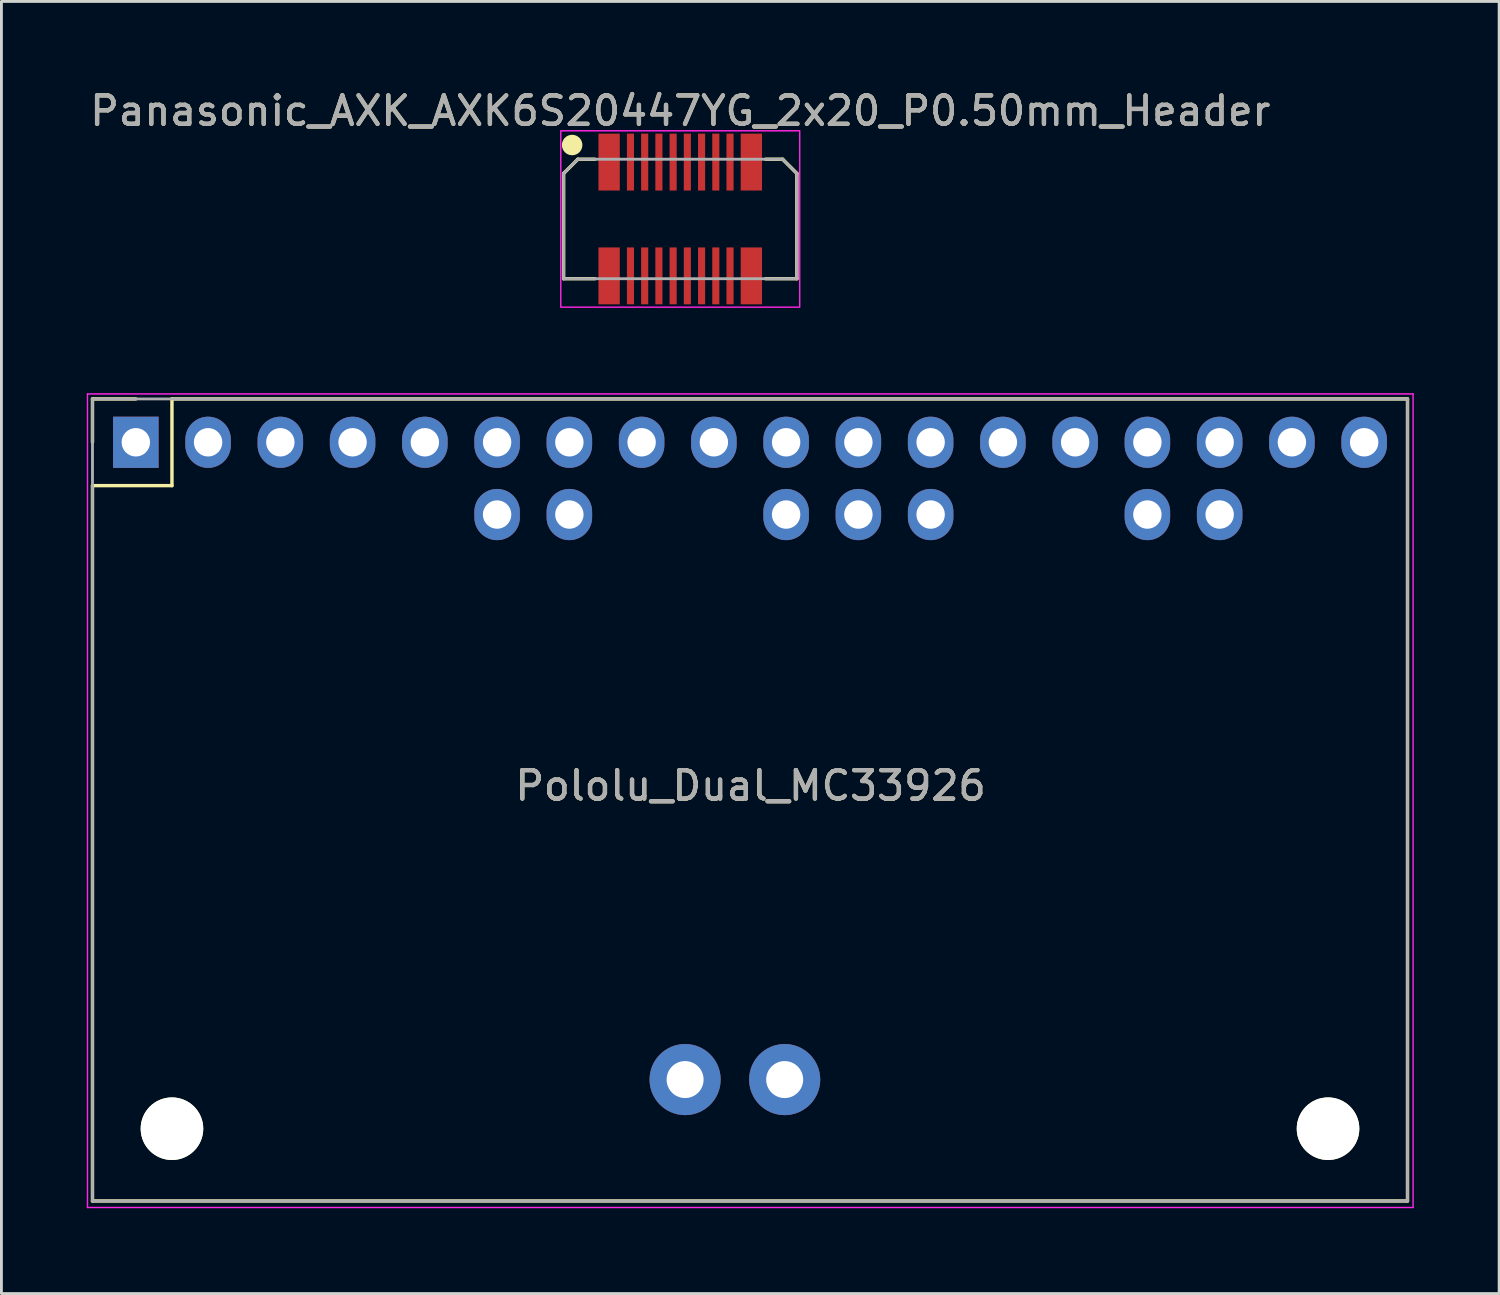
<source format=kicad_pcb>
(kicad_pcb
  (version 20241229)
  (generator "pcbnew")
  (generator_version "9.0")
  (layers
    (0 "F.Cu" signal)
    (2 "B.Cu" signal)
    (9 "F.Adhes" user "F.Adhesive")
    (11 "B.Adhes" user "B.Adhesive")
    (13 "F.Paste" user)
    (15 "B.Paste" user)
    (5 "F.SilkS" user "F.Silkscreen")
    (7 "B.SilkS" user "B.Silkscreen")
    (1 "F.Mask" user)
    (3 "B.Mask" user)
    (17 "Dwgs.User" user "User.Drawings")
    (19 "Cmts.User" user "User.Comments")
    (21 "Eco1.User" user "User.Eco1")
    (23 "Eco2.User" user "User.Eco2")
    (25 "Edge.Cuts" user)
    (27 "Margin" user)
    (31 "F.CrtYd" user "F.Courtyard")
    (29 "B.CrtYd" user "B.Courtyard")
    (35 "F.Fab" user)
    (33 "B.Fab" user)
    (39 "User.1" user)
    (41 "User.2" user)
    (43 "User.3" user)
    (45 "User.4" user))
  (footprint "Pololu_Dual_MC33926"
    (layer "F.Cu")
    (at 1.725 12.498)
    (property "Reference" "Pololu_Dual_MC33926" (at 21.61 12.07 0) (layer "F.SilkS") (effects (font (size 1 1) (thickness 0.15))))
    (attr through_hole)
    (fp_line (start -1.524 -1.524) (end -1.524 0) (stroke (width 0.12) (type solid)) (layer "F.SilkS"))
    (fp_line (start -1.524 1.524) (end 1.27 1.524) (stroke (width 0.12) (type solid)) (layer "F.SilkS"))
    (fp_line (start -1.524 26.67) (end -1.524 1.524) (stroke (width 0.12) (type solid)) (layer "F.SilkS"))
    (fp_line (start 0 -1.524) (end -1.524 -1.524) (stroke (width 0.12) (type solid)) (layer "F.SilkS"))
    (fp_line (start 1.27 -1.524) (end 44.704 -1.524) (stroke (width 0.12) (type solid)) (layer "F.SilkS"))
    (fp_line (start 1.27 1.524) (end 1.27 -1.524) (stroke (width 0.12) (type solid)) (layer "F.SilkS"))
    (fp_line (start 44.704 -1.524) (end 44.704 26.67) (stroke (width 0.12) (type solid)) (layer "F.SilkS"))
    (fp_line (start 44.704 26.67) (end -1.524 26.67) (stroke (width 0.12) (type solid)) (layer "F.SilkS"))
    (fp_line (start -1.7 -1.7) (end -1.7 26.9) (stroke (width 0.05) (type solid)) (layer "F.CrtYd"))
    (fp_line (start -1.7 26.9) (end 44.9 26.9) (stroke (width 0.05) (type solid)) (layer "F.CrtYd"))
    (fp_line (start 44.9 -1.7) (end -1.7 -1.7) (stroke (width 0.05) (type solid)) (layer "F.CrtYd"))
    (fp_line (start 44.9 26.9) (end 44.9 -1.7) (stroke (width 0.05) (type solid)) (layer "F.CrtYd"))
    (fp_line (start -1.524 -1.524) (end -1.524 26.67) (stroke (width 0.1) (type solid)) (layer "F.Fab"))
    (fp_line (start -1.524 26.67) (end 44.704 26.67) (stroke (width 0.1) (type solid)) (layer "F.Fab"))
    (fp_line (start 44.704 -1.524) (end -1.524 -1.524) (stroke (width 0.1) (type solid)) (layer "F.Fab"))
    (fp_line (start 44.704 26.67) (end 44.704 -1.524) (stroke (width 0.1) (type solid)) (layer "F.Fab"))
    (fp_text user "${REFERENCE}" (at 21.61 12.07 0) (layer "F.Fab") (effects (font (size 1 1) (thickness 0.15))))
    (pad "" np_thru_hole circle (at 1.27 24.13) (size 2.2 2.2) (drill 2.2) (layers "*.Cu" "*.Mask" "F.SilkS"))
    (pad "" np_thru_hole circle (at 41.91 24.13) (size 2.2 2.2) (drill 2.2) (layers "*.Cu" "*.Mask" "F.SilkS"))
    (pad "1" thru_hole rect (at 0 0) (size 1.6 1.8) (drill 1) (layers "*.Cu" "*.Mask"))
    (pad "2" thru_hole oval (at 2.54 0) (size 1.6 1.8) (drill 1) (layers "*.Cu" "*.Mask"))
    (pad "3" thru_hole oval (at 5.08 0) (size 1.6 1.8) (drill 1) (layers "*.Cu" "*.Mask"))
    (pad "4" thru_hole oval (at 7.62 0) (size 1.6 1.8) (drill 1) (layers "*.Cu" "*.Mask"))
    (pad "5" thru_hole oval (at 10.16 0) (size 1.6 1.8) (drill 1) (layers "*.Cu" "*.Mask"))
    (pad "6" thru_hole oval (at 12.7 0) (size 1.6 1.8) (drill 1) (layers "*.Cu" "*.Mask"))
    (pad "7" thru_hole oval (at 15.24 0) (size 1.6 1.8) (drill 1) (layers "*.Cu" "*.Mask"))
    (pad "8" thru_hole oval (at 17.78 0) (size 1.6 1.8) (drill 1) (layers "*.Cu" "*.Mask"))
    (pad "9" thru_hole oval (at 20.32 0) (size 1.6 1.8) (drill 1) (layers "*.Cu" "*.Mask"))
    (pad "10" thru_hole oval (at 22.86 0) (size 1.6 1.8) (drill 1) (layers "*.Cu" "*.Mask"))
    (pad "11" thru_hole oval (at 25.4 0) (size 1.6 1.8) (drill 1) (layers "*.Cu" "*.Mask"))
    (pad "12" thru_hole oval (at 27.94 0) (size 1.6 1.8) (drill 1) (layers "*.Cu" "*.Mask"))
    (pad "13" thru_hole oval (at 30.48 0) (size 1.6 1.8) (drill 1) (layers "*.Cu" "*.Mask"))
    (pad "14" thru_hole oval (at 33.02 0) (size 1.6 1.8) (drill 1) (layers "*.Cu" "*.Mask"))
    (pad "15" thru_hole oval (at 35.56 0) (size 1.6 1.8) (drill 1) (layers "*.Cu" "*.Mask"))
    (pad "16" thru_hole oval (at 38.1 0) (size 1.6 1.8) (drill 1) (layers "*.Cu" "*.Mask"))
    (pad "17" thru_hole oval (at 40.64 0) (size 1.6 1.8) (drill 1) (layers "*.Cu" "*.Mask"))
    (pad "18" thru_hole oval (at 43.18 0) (size 1.6 1.8) (drill 1) (layers "*.Cu" "*.Mask"))
    (pad "19" thru_hole oval (at 38.1 2.54) (size 1.6 1.8) (drill 1) (layers "*.Cu" "*.Mask"))
    (pad "20" thru_hole oval (at 35.56 2.54) (size 1.6 1.8) (drill 1) (layers "*.Cu" "*.Mask"))
    (pad "21" thru_hole oval (at 27.94 2.54) (size 1.6 1.8) (drill 1) (layers "*.Cu" "*.Mask"))
    (pad "22" thru_hole oval (at 25.4 2.54) (size 1.6 1.8) (drill 1) (layers "*.Cu" "*.Mask"))
    (pad "23" thru_hole oval (at 22.86 2.54) (size 1.6 1.8) (drill 1) (layers "*.Cu" "*.Mask"))
    (pad "24" thru_hole oval (at 15.24 2.54) (size 1.6 1.8) (drill 1) (layers "*.Cu" "*.Mask"))
    (pad "25" thru_hole oval (at 12.7 2.54) (size 1.6 1.8) (drill 1) (layers "*.Cu" "*.Mask"))
    (pad "26" thru_hole circle (at 22.809 22.403 90) (size 2.5 2.5) (drill 1.3) (layers "*.Cu" "*.Mask"))
    (pad "27" thru_hole circle (at 19.309 22.403) (size 2.5 2.5) (drill 1.3) (layers "*.Cu" "*.Mask")))
  (footprint "Panasonic_AXK_AXK6S20447YG_2x20_P0.50mm_Header"
    (layer "F.Cu")
    (at 20.863 4.648)
    (property "Reference" "Panasonic_AXK_AXK6S20447YG_2x20_P0.50mm_Header" (at 0 -3.8 180) (layer "F.SilkS") (effects (font (size 1 1) (thickness 0.15))))
    (attr smd)
    (fp_line (start -4.1 -1.6) (end -3.6 -2.1) (stroke (width 0.12) (type solid)) (layer "F.SilkS"))
    (fp_line (start -4.1 2.1) (end -4.1 -1.6) (stroke (width 0.12) (type solid)) (layer "F.SilkS"))
    (fp_line (start -3.6 -2.1) (end -3 -2.1) (stroke (width 0.12) (type solid)) (layer "F.SilkS"))
    (fp_line (start -3 2.1) (end -4.1 2.1) (stroke (width 0.12) (type solid)) (layer "F.SilkS"))
    (fp_line (start 3 2.1) (end 4.1 2.1) (stroke (width 0.12) (type solid)) (layer "F.SilkS"))
    (fp_line (start 3.6 -2.1) (end 3 -2.1) (stroke (width 0.12) (type solid)) (layer "F.SilkS"))
    (fp_line (start 4.1 -1.6) (end 3.6 -2.1) (stroke (width 0.12) (type solid)) (layer "F.SilkS"))
    (fp_line (start 4.1 2.1) (end 4.1 -1.6) (stroke (width 0.12) (type solid)) (layer "F.SilkS"))
    (fp_circle (center -3.8 -2.6) (end -3.5 -2.6) (stroke (width 0.12) (type solid)) (fill yes) (layer "F.SilkS"))
    (fp_rect (start -4.2 -3.1) (end 4.2 3.1) (stroke (width 0.05) (type solid)) (fill no) (layer "F.CrtYd"))
    (fp_line (start -4.1 -1.6) (end -3.6 -2.1) (stroke (width 0.1) (type solid)) (layer "F.Fab"))
    (fp_line (start -4.1 2.1) (end -4.1 -1.6) (stroke (width 0.1) (type solid)) (layer "F.Fab"))
    (fp_line (start -4.1 2.1) (end 4.1 2.1) (stroke (width 0.1) (type solid)) (layer "F.Fab"))
    (fp_line (start -3.6 -2.1) (end 3.6 -2.1) (stroke (width 0.1) (type solid)) (layer "F.Fab"))
    (fp_line (start 4.1 -1.6) (end 3.6 -2.1) (stroke (width 0.1) (type solid)) (layer "F.Fab"))
    (fp_line (start 4.1 2.1) (end 4.1 -1.6) (stroke (width 0.1) (type solid)) (layer "F.Fab"))
    (fp_text user "${REFERENCE}" (at 0 -3.8 0) (unlocked yes) (layer "F.Fab") (effects (font (size 1 1) (thickness 0.15))))
    (pad "" smd rect (at -2.365 -2.35) (size 0.35 1.3) (layers "F.Paste"))
    (pad "" smd rect (at -2.365 2.35) (size 0.35 1.3) (layers "F.Paste"))
    (pad "" smd rect (at -1.75 -2.35) (size 0.23 1.3) (layers "F.Paste"))
    (pad "" smd rect (at -1.75 2.35) (size 0.23 1.3) (layers "F.Paste"))
    (pad "" smd rect (at -1.25 -2.35) (size 0.23 1.3) (layers "F.Paste"))
    (pad "" smd rect (at -1.25 2.35) (size 0.23 1.3) (layers "F.Paste"))
    (pad "" smd rect (at -0.75 -2.35) (size 0.23 1.3) (layers "F.Paste"))
    (pad "" smd rect (at -0.75 2.35) (size 0.23 1.3) (layers "F.Paste"))
    (pad "" smd rect (at -0.25 -2.35) (size 0.23 1.3) (layers "F.Paste"))
    (pad "" smd rect (at -0.25 2.35) (size 0.23 1.3) (layers "F.Paste"))
    (pad "" smd rect (at 0.25 -2.35) (size 0.23 1.3) (layers "F.Paste"))
    (pad "" smd rect (at 0.25 2.35) (size 0.23 1.3) (layers "F.Paste"))
    (pad "" smd rect (at 0.75 -2.35) (size 0.23 1.3) (layers "F.Paste"))
    (pad "" smd rect (at 0.75 2.35) (size 0.23 1.3) (layers "F.Paste"))
    (pad "" smd rect (at 1.25 -2.35) (size 0.23 1.3) (layers "F.Paste"))
    (pad "" smd rect (at 1.25 2.35) (size 0.23 1.3) (layers "F.Paste"))
    (pad "" smd rect (at 1.75 -2.35) (size 0.23 1.3) (layers "F.Paste"))
    (pad "" smd rect (at 1.75 2.35) (size 0.23 1.3) (layers "F.Paste"))
    (pad "" smd rect (at 2.365 -2.35) (size 0.35 1.3) (layers "F.Paste"))
    (pad "" smd rect (at 2.365 2.35) (size 0.35 1.3) (layers "F.Paste"))
    (pad "1" smd rect (at -2.5 -2) (size 0.75 2) (layers "F.Cu" "F.Mask"))
    (pad "2" smd rect (at -1.75 -2) (size 0.25 2) (layers "F.Cu" "F.Mask"))
    (pad "3" smd rect (at -1.25 -2) (size 0.25 2) (layers "F.Cu" "F.Mask"))
    (pad "4" smd rect (at -0.75 -2) (size 0.25 2) (layers "F.Cu" "F.Mask"))
    (pad "5" smd rect (at -0.25 -2) (size 0.25 2) (layers "F.Cu" "F.Mask"))
    (pad "6" smd rect (at 0.25 -2) (size 0.25 2) (layers "F.Cu" "F.Mask"))
    (pad "7" smd rect (at 0.75 -2) (size 0.25 2) (layers "F.Cu" "F.Mask"))
    (pad "8" smd rect (at 1.25 -2) (size 0.25 2) (layers "F.Cu" "F.Mask"))
    (pad "9" smd rect (at 1.75 -2) (size 0.25 2) (layers "F.Cu" "F.Mask"))
    (pad "10" smd rect (at 2.5 -2) (size 0.75 2) (layers "F.Cu" "F.Mask"))
    (pad "11" smd rect (at 2.5 2) (size 0.75 2) (layers "F.Cu" "F.Mask"))
    (pad "12" smd rect (at 1.75 2) (size 0.25 2) (layers "F.Cu" "F.Mask"))
    (pad "13" smd rect (at 1.25 2) (size 0.25 2) (layers "F.Cu" "F.Mask"))
    (pad "14" smd rect (at 0.75 2) (size 0.25 2) (layers "F.Cu" "F.Mask"))
    (pad "15" smd rect (at 0.25 2) (size 0.25 2) (layers "F.Cu" "F.Mask"))
    (pad "16" smd rect (at -0.25 2) (size 0.25 2) (layers "F.Cu" "F.Mask"))
    (pad "17" smd rect (at -0.75 2) (size 0.25 2) (layers "F.Cu" "F.Mask"))
    (pad "18" smd rect (at -1.25 2) (size 0.25 2) (layers "F.Cu" "F.Mask"))
    (pad "19" smd rect (at -1.75 2) (size 0.25 2) (layers "F.Cu" "F.Mask"))
    (pad "20" smd rect (at -2.5 2) (size 0.75 2) (layers "F.Cu" "F.Mask")))
  (gr_rect
    (start -3 -3)
    (end 49.65 42.423)
    (stroke (width 0.1) (type default))
    (fill no)
    (layer "Edge.Cuts")))
</source>
